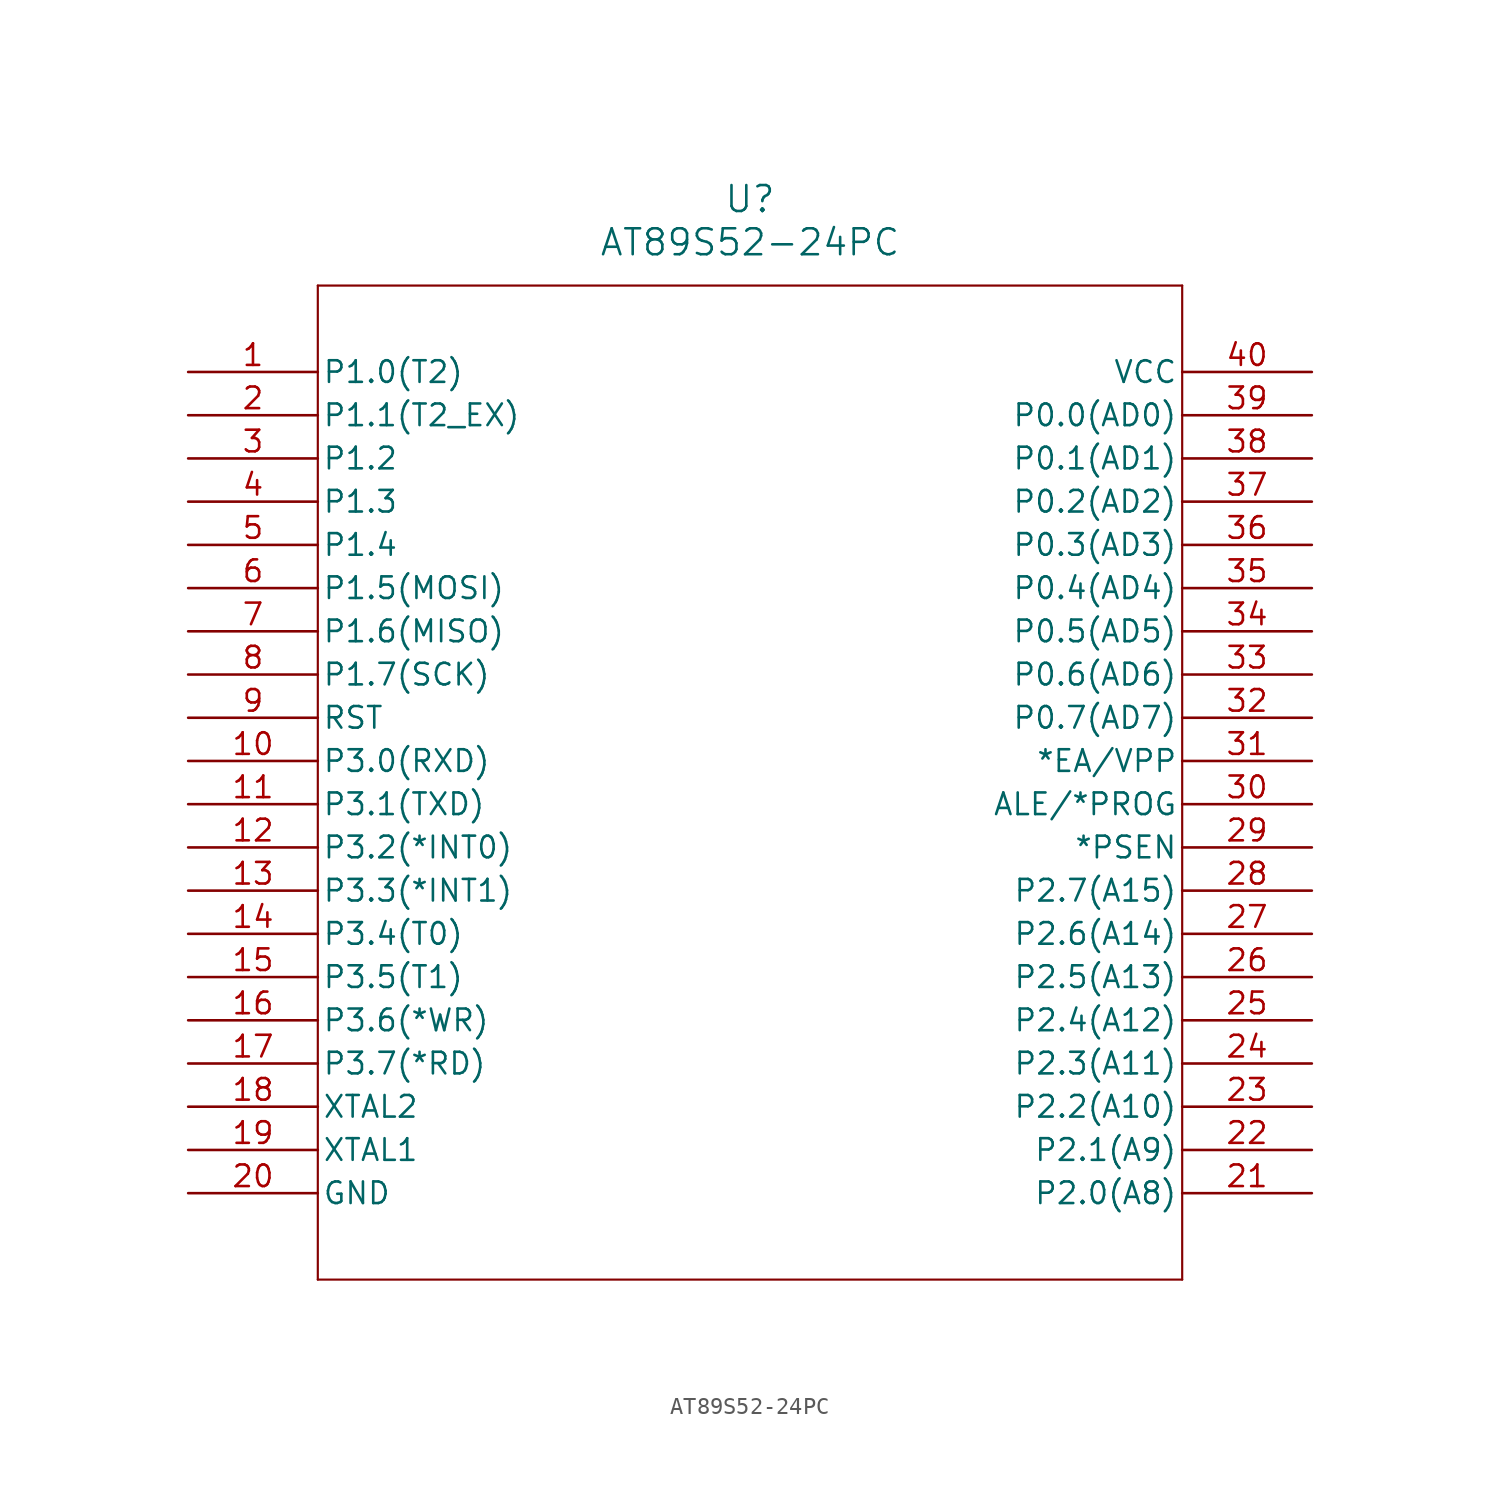
<source format=kicad_sym>
(kicad_symbol_lib
  (version 20211014)
  (generator kicad_symbol_editor)
  (symbol "AT89S52-24PC"
    (pin_names
      (offset 0.254))
    (property "Reference" "U"
      (at 33.02 10.16 0)
      (effects (font (size 1.524 1.524))))
    (property "Value" "AT89S52-24PC"
      (at 33.02 7.62 0)
      (effects (font (size 1.524 1.524))))
    (symbol "AT89S52-24PC_0_1"
      (polyline (pts (xy 7.62 5.08) (xy 7.62 -53.34)) (stroke (width 0.127) (type default) (color 0 0 0 0)) (fill (type none)))
      (polyline (pts (xy 7.62 -53.34) (xy 58.42 -53.34)) (stroke (width 0.127) (type default) (color 0 0 0 0)) (fill (type none)))
      (polyline (pts (xy 58.42 -53.34) (xy 58.42 5.08)) (stroke (width 0.127) (type default) (color 0 0 0 0)) (fill (type none)))
      (polyline (pts (xy 58.42 5.08) (xy 7.62 5.08)) (stroke (width 0.127) (type default) (color 0 0 0 0)) (fill (type none)))
      (pin bidirectional line (at 0 0 0) (length 7.62) (name "P1.0(T2)" (effects (font (size 1.27 1.27)))) (number "1" (effects (font (size 1.27 1.27)))))
      (pin bidirectional line (at 0 -2.54 0) (length 7.62) (name "P1.1(T2_EX)" (effects (font (size 1.27 1.27)))) (number "2" (effects (font (size 1.27 1.27)))))
      (pin bidirectional line (at 0 -5.08 0) (length 7.62) (name "P1.2" (effects (font (size 1.27 1.27)))) (number "3" (effects (font (size 1.27 1.27)))))
      (pin bidirectional line (at 0 -7.62 0) (length 7.62) (name "P1.3" (effects (font (size 1.27 1.27)))) (number "4" (effects (font (size 1.27 1.27)))))
      (pin bidirectional line (at 0 -10.16 0) (length 7.62) (name "P1.4" (effects (font (size 1.27 1.27)))) (number "5" (effects (font (size 1.27 1.27)))))
      (pin bidirectional line (at 0 -12.7 0) (length 7.62) (name "P1.5(MOSI)" (effects (font (size 1.27 1.27)))) (number "6" (effects (font (size 1.27 1.27)))))
      (pin bidirectional line (at 0 -15.24 0) (length 7.62) (name "P1.6(MISO)" (effects (font (size 1.27 1.27)))) (number "7" (effects (font (size 1.27 1.27)))))
      (pin bidirectional line (at 0 -17.78 0) (length 7.62) (name "P1.7(SCK)" (effects (font (size 1.27 1.27)))) (number "8" (effects (font (size 1.27 1.27)))))
      (pin input line (at 0 -20.32 0) (length 7.62) (name "RST" (effects (font (size 1.27 1.27)))) (number "9" (effects (font (size 1.27 1.27)))))
      (pin bidirectional line (at 0 -22.86 0) (length 7.62) (name "P3.0(RXD)" (effects (font (size 1.27 1.27)))) (number "10" (effects (font (size 1.27 1.27)))))
      (pin bidirectional line (at 0 -25.4 0) (length 7.62) (name "P3.1(TXD)" (effects (font (size 1.27 1.27)))) (number "11" (effects (font (size 1.27 1.27)))))
      (pin bidirectional line (at 0 -27.94 0) (length 7.62) (name "P3.2(*INT0)" (effects (font (size 1.27 1.27)))) (number "12" (effects (font (size 1.27 1.27)))))
      (pin bidirectional line (at 0 -30.48 0) (length 7.62) (name "P3.3(*INT1)" (effects (font (size 1.27 1.27)))) (number "13" (effects (font (size 1.27 1.27)))))
      (pin bidirectional line (at 0 -33.02 0) (length 7.62) (name "P3.4(T0)" (effects (font (size 1.27 1.27)))) (number "14" (effects (font (size 1.27 1.27)))))
      (pin bidirectional line (at 0 -35.56 0) (length 7.62) (name "P3.5(T1)" (effects (font (size 1.27 1.27)))) (number "15" (effects (font (size 1.27 1.27)))))
      (pin bidirectional line (at 0 -38.1 0) (length 7.62) (name "P3.6(*WR)" (effects (font (size 1.27 1.27)))) (number "16" (effects (font (size 1.27 1.27)))))
      (pin bidirectional line (at 0 -40.64 0) (length 7.62) (name "P3.7(*RD)" (effects (font (size 1.27 1.27)))) (number "17" (effects (font (size 1.27 1.27)))))
      (pin output line (at 0 -43.18 0) (length 7.62) (name "XTAL2" (effects (font (size 1.27 1.27)))) (number "18" (effects (font (size 1.27 1.27)))))
      (pin input line (at 0 -45.72 0) (length 7.62) (name "XTAL1" (effects (font (size 1.27 1.27)))) (number "19" (effects (font (size 1.27 1.27)))))
      (pin unspecified line (at 0 -48.26 0) (length 7.62) (name "GND" (effects (font (size 1.27 1.27)))) (number "20" (effects (font (size 1.27 1.27)))))
      (pin bidirectional line (at 66.04 -48.26 180) (length 7.62) (name "P2.0(A8)" (effects (font (size 1.27 1.27)))) (number "21" (effects (font (size 1.27 1.27)))))
      (pin bidirectional line (at 66.04 -45.72 180) (length 7.62) (name "P2.1(A9)" (effects (font (size 1.27 1.27)))) (number "22" (effects (font (size 1.27 1.27)))))
      (pin bidirectional line (at 66.04 -43.18 180) (length 7.62) (name "P2.2(A10)" (effects (font (size 1.27 1.27)))) (number "23" (effects (font (size 1.27 1.27)))))
      (pin bidirectional line (at 66.04 -40.64 180) (length 7.62) (name "P2.3(A11)" (effects (font (size 1.27 1.27)))) (number "24" (effects (font (size 1.27 1.27)))))
      (pin bidirectional line (at 66.04 -38.1 180) (length 7.62) (name "P2.4(A12)" (effects (font (size 1.27 1.27)))) (number "25" (effects (font (size 1.27 1.27)))))
      (pin bidirectional line (at 66.04 -35.56 180) (length 7.62) (name "P2.5(A13)" (effects (font (size 1.27 1.27)))) (number "26" (effects (font (size 1.27 1.27)))))
      (pin bidirectional line (at 66.04 -33.02 180) (length 7.62) (name "P2.6(A14)" (effects (font (size 1.27 1.27)))) (number "27" (effects (font (size 1.27 1.27)))))
      (pin bidirectional line (at 66.04 -30.48 180) (length 7.62) (name "P2.7(A15)" (effects (font (size 1.27 1.27)))) (number "28" (effects (font (size 1.27 1.27)))))
      (pin output line (at 66.04 -27.94 180) (length 7.62) (name "*PSEN" (effects (font (size 1.27 1.27)))) (number "29" (effects (font (size 1.27 1.27)))))
      (pin bidirectional line (at 66.04 -25.4 180) (length 7.62) (name "ALE/*PROG" (effects (font (size 1.27 1.27)))) (number "30" (effects (font (size 1.27 1.27)))))
      (pin input line (at 66.04 -22.86 180) (length 7.62) (name "*EA/VPP" (effects (font (size 1.27 1.27)))) (number "31" (effects (font (size 1.27 1.27)))))
      (pin bidirectional line (at 66.04 -20.32 180) (length 7.62) (name "P0.7(AD7)" (effects (font (size 1.27 1.27)))) (number "32" (effects (font (size 1.27 1.27)))))
      (pin bidirectional line (at 66.04 -17.78 180) (length 7.62) (name "P0.6(AD6)" (effects (font (size 1.27 1.27)))) (number "33" (effects (font (size 1.27 1.27)))))
      (pin bidirectional line (at 66.04 -15.24 180) (length 7.62) (name "P0.5(AD5)" (effects (font (size 1.27 1.27)))) (number "34" (effects (font (size 1.27 1.27)))))
      (pin bidirectional line (at 66.04 -12.7 180) (length 7.62) (name "P0.4(AD4)" (effects (font (size 1.27 1.27)))) (number "35" (effects (font (size 1.27 1.27)))))
      (pin bidirectional line (at 66.04 -10.16 180) (length 7.62) (name "P0.3(AD3)" (effects (font (size 1.27 1.27)))) (number "36" (effects (font (size 1.27 1.27)))))
      (pin bidirectional line (at 66.04 -7.62 180) (length 7.62) (name "P0.2(AD2)" (effects (font (size 1.27 1.27)))) (number "37" (effects (font (size 1.27 1.27)))))
      (pin bidirectional line (at 66.04 -5.08 180) (length 7.62) (name "P0.1(AD1)" (effects (font (size 1.27 1.27)))) (number "38" (effects (font (size 1.27 1.27)))))
      (pin bidirectional line (at 66.04 -2.54 180) (length 7.62) (name "P0.0(AD0)" (effects (font (size 1.27 1.27)))) (number "39" (effects (font (size 1.27 1.27)))))
      (pin unspecified line (at 66.04 0 180) (length 7.62) (name "VCC" (effects (font (size 1.27 1.27)))) (number "40" (effects (font (size 1.27 1.27))))))))
</source>
